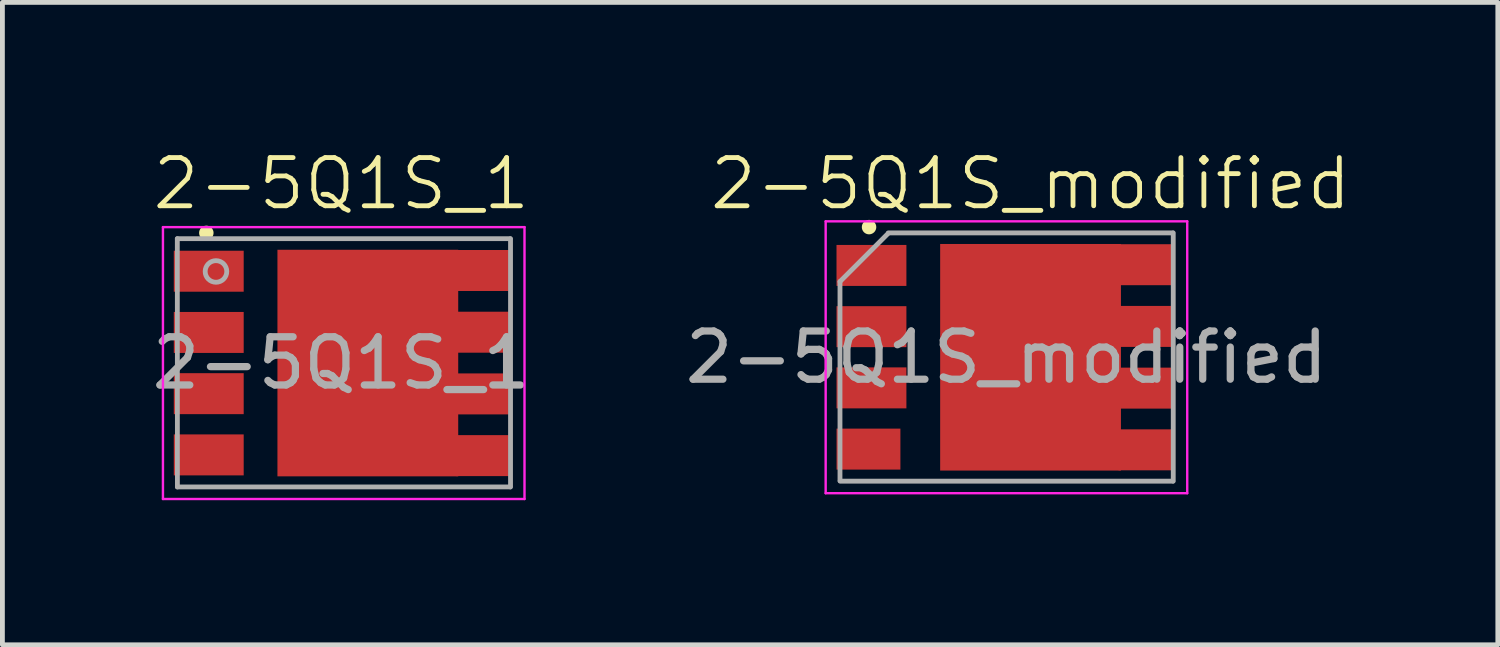
<source format=kicad_pcb>
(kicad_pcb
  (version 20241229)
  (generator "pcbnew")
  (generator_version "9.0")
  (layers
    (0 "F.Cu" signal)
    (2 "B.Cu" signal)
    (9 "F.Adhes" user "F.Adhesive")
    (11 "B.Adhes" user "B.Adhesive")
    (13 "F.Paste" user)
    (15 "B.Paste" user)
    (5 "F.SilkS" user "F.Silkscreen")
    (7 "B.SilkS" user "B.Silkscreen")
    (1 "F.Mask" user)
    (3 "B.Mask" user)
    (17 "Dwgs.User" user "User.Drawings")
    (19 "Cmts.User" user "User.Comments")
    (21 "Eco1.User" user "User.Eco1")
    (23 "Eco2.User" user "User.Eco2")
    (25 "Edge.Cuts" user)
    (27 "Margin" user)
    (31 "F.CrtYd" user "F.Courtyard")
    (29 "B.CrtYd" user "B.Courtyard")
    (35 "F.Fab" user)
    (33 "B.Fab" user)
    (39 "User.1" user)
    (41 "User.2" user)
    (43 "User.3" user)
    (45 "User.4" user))
  (footprint "2-5Q1S_modified"
    (layer "F.Cu")
    (at 17.827 4.361)
    (property "Reference" "2-5Q1S_modified" (at 0.5 -3.6 0) (unlocked yes) (layer "F.SilkS") (effects (font (size 1 1) (thickness 0.1))))
    (attr smd)
    (fp_circle (center -2.85 -2.7) (end -2.75 -2.7) (stroke (width 0.1) (type solid)) (fill yes) (layer "F.SilkS"))
    (fp_line (start -3.75 -2.82) (end 3.75 -2.82) (stroke (width 0.05) (type solid)) (layer "F.CrtYd"))
    (fp_line (start -3.75 2.82) (end -3.75 -2.82) (stroke (width 0.05) (type solid)) (layer "F.CrtYd"))
    (fp_line (start 3.75 -2.82) (end 3.75 2.82) (stroke (width 0.05) (type solid)) (layer "F.CrtYd"))
    (fp_line (start 3.75 2.82) (end -3.75 2.82) (stroke (width 0.05) (type solid)) (layer "F.CrtYd"))
    (fp_line (start -3.453 -1.57) (end -3.453 2.56) (stroke (width 0.1) (type solid)) (layer "F.Fab"))
    (fp_line (start -2.453 -2.57) (end -3.453 -1.57) (stroke (width 0.1) (type solid)) (layer "F.Fab"))
    (fp_line (start -2.45 -2.58) (end 3.45 -2.58) (stroke (width 0.1) (type solid)) (layer "F.Fab"))
    (fp_line (start 3.45 2.57) (end -3.45 2.57) (stroke (width 0.1) (type solid)) (layer "F.Fab"))
    (fp_line (start 3.46 -2.58) (end 3.46 2.57) (stroke (width 0.1) (type solid)) (layer "F.Fab"))
    (fp_text user "${REFERENCE}" (at 0 0 0) (unlocked yes) (layer "F.Fab") (effects (font (size 1 1) (thickness 0.15))))
    (pad "" smd rect (at -0.65 -1.725) (size 0.9 0.9) (layers "F.Paste"))
    (pad "" smd rect (at -0.65 -0.575) (size 0.9 0.9) (layers "F.Paste"))
    (pad "" smd rect (at -0.65 0.575) (size 0.9 0.9) (layers "F.Paste"))
    (pad "" smd rect (at -0.65 1.725) (size 0.9 0.9) (layers "F.Paste"))
    (pad "" smd rect (at 0.45 -1.725) (size 0.9 0.9) (layers "F.Paste"))
    (pad "" smd rect (at 0.45 -0.575) (size 0.9 0.9) (layers "F.Paste"))
    (pad "" smd rect (at 0.45 0.575) (size 0.9 0.9) (layers "F.Paste"))
    (pad "" smd rect (at 0.45 1.725) (size 0.9 0.9) (layers "F.Paste"))
    (pad "" smd rect (at 1.55 -1.725) (size 0.9 0.9) (layers "F.Paste"))
    (pad "" smd rect (at 1.55 -0.575) (size 0.9 0.9) (layers "F.Paste"))
    (pad "" smd rect (at 1.55 0.575) (size 0.9 0.9) (layers "F.Paste"))
    (pad "" smd rect (at 1.55 1.725) (size 0.9 0.9) (layers "F.Paste"))
    (pad "1" smd rect (at -2.8 -1.905) (size 1.45 0.85) (layers "F.Cu" "F.Mask" "F.Paste"))
    (pad "2" smd rect (at -2.8 -0.635) (size 1.45 0.85) (layers "F.Cu" "F.Mask" "F.Paste"))
    (pad "3" smd rect (at -2.8 0.635) (size 1.45 0.85) (layers "F.Cu" "F.Mask" "F.Paste"))
    (pad "4" smd rect (at -2.862 1.905) (size 1.325 0.85) (layers "F.Cu" "F.Mask" "F.Paste"))
    (pad "5" smd rect (at 0.5 0) (size 3.75 4.7) (layers "F.Cu" "F.Mask"))
    (pad "5" smd rect (at 2.875 1.92) (size 1.1 0.85) (layers "F.Cu" "F.Mask" "F.Paste"))
    (pad "6" smd rect (at 2.875 0.64) (size 1.1 0.85) (layers "F.Cu" "F.Mask" "F.Paste"))
    (pad "7" smd rect (at 2.875 -0.64) (size 1.1 0.85) (layers "F.Cu" "F.Mask" "F.Paste"))
    (pad "8" smd rect (at 2.875 -1.92) (size 1.1 0.85) (layers "F.Cu" "F.Mask" "F.Paste")))
  (footprint "2-5Q1S_1"
    (layer "F.Cu")
    (at 4.03 4.481)
    (property "Reference" "2-5Q1S_1" (at 0 -3.72 0) (unlocked yes) (layer "F.SilkS") (effects (font (size 1 1) (thickness 0.1))))
    (attr smd)
    (fp_circle (center -2.8 -2.7) (end -2.7 -2.7) (stroke (width 0.1) (type solid)) (fill yes) (layer "F.SilkS"))
    (fp_line (start -3.7 -2.82) (end 3.8 -2.82) (stroke (width 0.05) (type solid)) (layer "F.CrtYd"))
    (fp_line (start -3.7 2.82) (end -3.7 -2.82) (stroke (width 0.05) (type solid)) (layer "F.CrtYd"))
    (fp_line (start 3.8 -2.82) (end 3.8 2.82) (stroke (width 0.05) (type solid)) (layer "F.CrtYd"))
    (fp_line (start 3.8 2.82) (end -3.7 2.82) (stroke (width 0.05) (type solid)) (layer "F.CrtYd"))
    (fp_line (start -3.402 -2.58) (end -3.4 2.57) (stroke (width 0.1) (type solid)) (layer "F.Fab"))
    (fp_line (start -3.402 -2.58) (end 3.5 -2.58) (stroke (width 0.1) (type solid)) (layer "F.Fab"))
    (fp_line (start 3.5 2.57) (end -3.4 2.57) (stroke (width 0.1) (type solid)) (layer "F.Fab"))
    (fp_line (start 3.51 -2.58) (end 3.51 2.57) (stroke (width 0.1) (type solid)) (layer "F.Fab"))
    (fp_circle (center -2.6 -1.9) (end -2.376 -1.9) (stroke (width 0.1) (type solid)) (fill no) (layer "F.Fab"))
    (fp_text user "${REFERENCE}" (at 0 0 0) (unlocked yes) (layer "F.Fab") (effects (font (size 1 1) (thickness 0.15))))
    (pad "" smd rect (at -0.6 -1.725) (size 0.9 0.9) (layers "F.Paste"))
    (pad "" smd rect (at -0.6 -0.575) (size 0.9 0.9) (layers "F.Paste"))
    (pad "" smd rect (at -0.6 0.575) (size 0.9 0.9) (layers "F.Paste"))
    (pad "" smd rect (at -0.6 1.725) (size 0.9 0.9) (layers "F.Paste"))
    (pad "" smd rect (at 0.5 -1.725) (size 0.9 0.9) (layers "F.Paste"))
    (pad "" smd rect (at 0.5 -0.575) (size 0.9 0.9) (layers "F.Paste"))
    (pad "" smd rect (at 0.5 0.575) (size 0.9 0.9) (layers "F.Paste"))
    (pad "" smd rect (at 0.5 1.725) (size 0.9 0.9) (layers "F.Paste"))
    (pad "" smd rect (at 1.6 -1.725) (size 0.9 0.9) (layers "F.Paste"))
    (pad "" smd rect (at 1.6 -0.575) (size 0.9 0.9) (layers "F.Paste"))
    (pad "" smd rect (at 1.6 0.575) (size 0.9 0.9) (layers "F.Paste"))
    (pad "" smd rect (at 1.6 1.725) (size 0.9 0.9) (layers "F.Paste"))
    (pad "1" smd rect (at -2.75 -1.905) (size 1.45 0.85) (layers "F.Cu" "F.Mask" "F.Paste"))
    (pad "2" smd rect (at -2.75 -0.635) (size 1.45 0.85) (layers "F.Cu" "F.Mask" "F.Paste"))
    (pad "3" smd rect (at -2.75 0.635) (size 1.45 0.85) (layers "F.Cu" "F.Mask" "F.Paste"))
    (pad "4" smd rect (at -2.75 1.905) (size 1.45 0.85) (layers "F.Cu" "F.Mask" "F.Paste"))
    (pad "5" smd rect (at 0.55 0) (size 3.75 4.7) (layers "F.Cu" "F.Mask"))
    (pad "5" smd rect (at 2.925 1.92) (size 1.1 0.85) (layers "F.Cu" "F.Mask" "F.Paste"))
    (pad "6" smd rect (at 2.925 0.64) (size 1.1 0.85) (layers "F.Cu" "F.Mask" "F.Paste"))
    (pad "7" smd rect (at 2.925 -0.64) (size 1.1 0.85) (layers "F.Cu" "F.Mask" "F.Paste"))
    (pad "8" smd rect (at 2.925 -1.92) (size 1.1 0.85) (layers "F.Cu" "F.Mask" "F.Paste")))
  (gr_rect
    (start -3 -3)
    (end 28.02 10.325)
    (stroke (width 0.1) (type default))
    (fill no)
    (layer "Edge.Cuts")))
</source>
